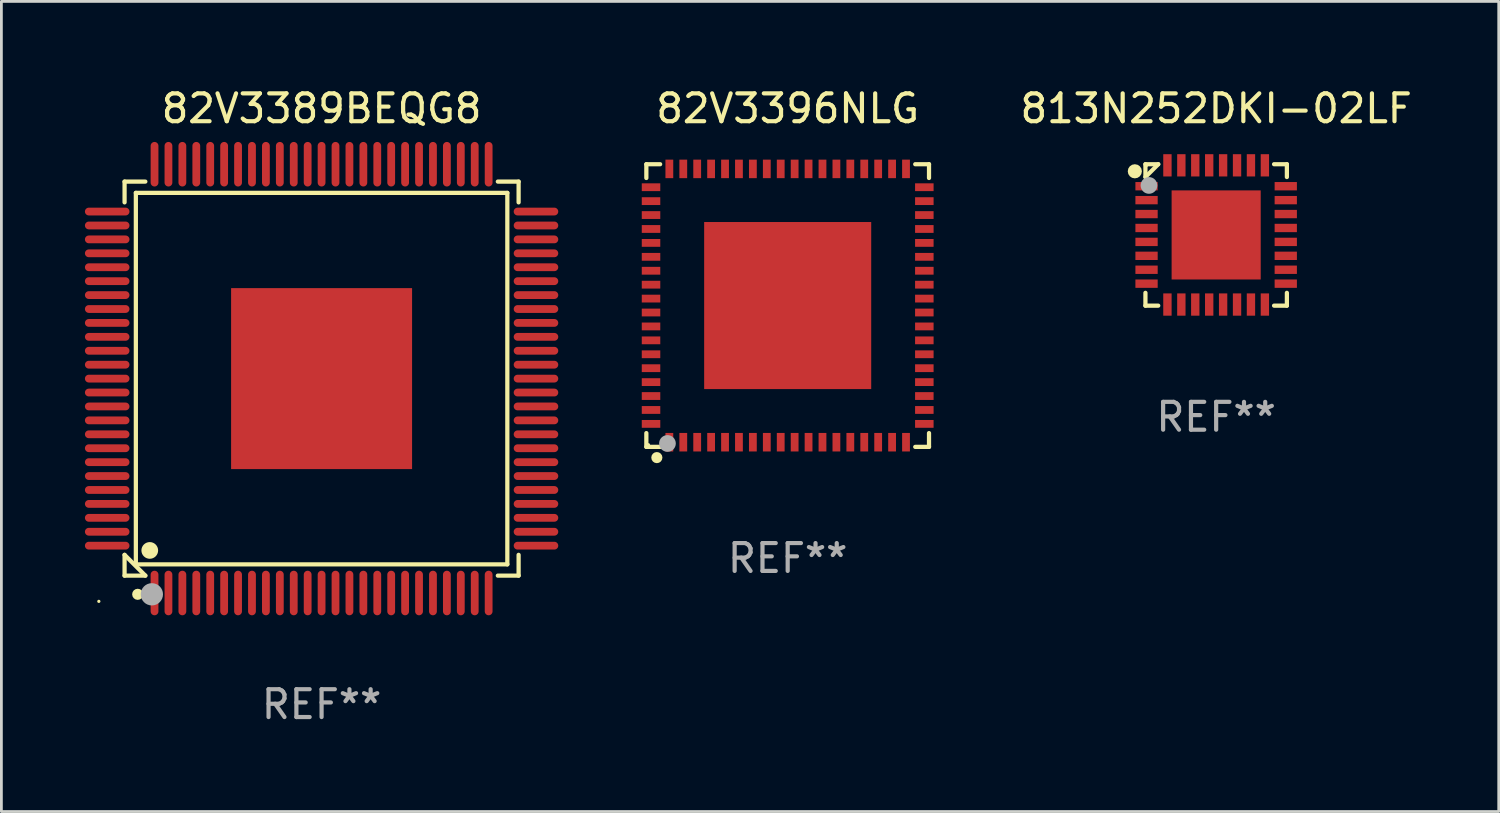
<source format=kicad_pcb>
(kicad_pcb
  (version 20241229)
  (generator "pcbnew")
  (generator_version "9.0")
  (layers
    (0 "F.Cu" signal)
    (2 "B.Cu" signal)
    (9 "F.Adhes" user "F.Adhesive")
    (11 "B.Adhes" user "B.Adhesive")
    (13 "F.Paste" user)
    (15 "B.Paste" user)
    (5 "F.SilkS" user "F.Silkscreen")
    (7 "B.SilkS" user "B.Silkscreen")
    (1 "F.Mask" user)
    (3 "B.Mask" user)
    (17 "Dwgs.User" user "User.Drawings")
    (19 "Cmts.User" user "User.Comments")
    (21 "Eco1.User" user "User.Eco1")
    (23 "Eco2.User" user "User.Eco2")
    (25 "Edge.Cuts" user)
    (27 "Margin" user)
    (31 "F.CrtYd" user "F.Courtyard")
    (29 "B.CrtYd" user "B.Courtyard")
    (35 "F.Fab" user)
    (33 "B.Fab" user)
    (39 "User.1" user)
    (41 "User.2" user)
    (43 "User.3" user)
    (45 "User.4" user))
  (footprint "82V3389BEQG8"
    (layer "F.Cu")
    (at 8.5 10.548)
    (property "Reference" "82V3389BEQG8" (at 0 -9.7 0) (layer "F.SilkS") (effects (font (size 1 1) (thickness 0.15))))
    (attr through_hole)
    (fp_line (start -7.076 -7.076) (end -6.33 -7.076) (stroke (width 0.152) (type solid)) (layer "F.SilkS"))
    (fp_line (start -7.076 -6.33) (end -7.076 -7.076) (stroke (width 0.152) (type solid)) (layer "F.SilkS"))
    (fp_line (start -7.076 6.33) (end -7.076 7.076) (stroke (width 0.152) (type solid)) (layer "F.SilkS"))
    (fp_line (start -7.076 7.076) (end -6.33 7.076) (stroke (width 0.152) (type solid)) (layer "F.SilkS"))
    (fp_line (start -6.671 -6.671) (end 6.671 -6.671) (stroke (width 0.152) (type solid)) (layer "F.SilkS"))
    (fp_line (start -6.671 6.671) (end -6.671 -6.671) (stroke (width 0.152) (type solid)) (layer "F.SilkS"))
    (fp_line (start -6.33 7.076) (end -7.076 6.33) (stroke (width 0.152) (type solid)) (layer "F.SilkS"))
    (fp_line (start 6.671 -6.671) (end 6.671 6.671) (stroke (width 0.152) (type solid)) (layer "F.SilkS"))
    (fp_line (start 6.671 6.671) (end -6.671 6.671) (stroke (width 0.152) (type solid)) (layer "F.SilkS"))
    (fp_line (start 7.076 -7.076) (end 6.33 -7.076) (stroke (width 0.152) (type solid)) (layer "F.SilkS"))
    (fp_line (start 7.076 -6.33) (end 7.076 -7.076) (stroke (width 0.152) (type solid)) (layer "F.SilkS"))
    (fp_line (start 7.076 6.33) (end 7.076 7.076) (stroke (width 0.152) (type solid)) (layer "F.SilkS"))
    (fp_line (start 7.076 7.076) (end 6.33 7.076) (stroke (width 0.152) (type solid)) (layer "F.SilkS"))
    (fp_circle (center -8 8) (end -7.97 8) (stroke (width 0.06) (type solid)) (fill no) (layer "F.SilkS"))
    (fp_circle (center -6.604 7.747) (end -6.504 7.747) (stroke (width 0.2) (type solid)) (fill no) (layer "F.SilkS"))
    (fp_circle (center -6.171 6.171) (end -6.021 6.171) (stroke (width 0.3) (type solid)) (fill no) (layer "F.SilkS"))
    (fp_circle (center -6.096 7.747) (end -5.896 7.747) (stroke (width 0.4) (type solid)) (fill no) (layer "F.Fab"))
    (fp_text user "REF**" (at 0 11.7 0) (layer "F.Fab") (effects (font (size 1 1) (thickness 0.15))))
    (pad "1" smd oval (at -6 7.7) (size 0.28 1.6) (layers "F.Cu" "F.Mask" "F.Paste"))
    (pad "2" smd oval (at -5.5 7.7) (size 0.28 1.6) (layers "F.Cu" "F.Mask" "F.Paste"))
    (pad "3" smd oval (at -5 7.7) (size 0.28 1.6) (layers "F.Cu" "F.Mask" "F.Paste"))
    (pad "4" smd oval (at -4.5 7.7) (size 0.28 1.6) (layers "F.Cu" "F.Mask" "F.Paste"))
    (pad "5" smd oval (at -4 7.7) (size 0.28 1.6) (layers "F.Cu" "F.Mask" "F.Paste"))
    (pad "6" smd oval (at -3.5 7.7) (size 0.28 1.6) (layers "F.Cu" "F.Mask" "F.Paste"))
    (pad "7" smd oval (at -3 7.7) (size 0.28 1.6) (layers "F.Cu" "F.Mask" "F.Paste"))
    (pad "8" smd oval (at -2.5 7.7) (size 0.28 1.6) (layers "F.Cu" "F.Mask" "F.Paste"))
    (pad "9" smd oval (at -2 7.7) (size 0.28 1.6) (layers "F.Cu" "F.Mask" "F.Paste"))
    (pad "10" smd oval (at -1.5 7.7) (size 0.28 1.6) (layers "F.Cu" "F.Mask" "F.Paste"))
    (pad "11" smd oval (at -1 7.7) (size 0.28 1.6) (layers "F.Cu" "F.Mask" "F.Paste"))
    (pad "12" smd oval (at -0.5 7.7) (size 0.28 1.6) (layers "F.Cu" "F.Mask" "F.Paste"))
    (pad "13" smd oval (at 0 7.7) (size 0.28 1.6) (layers "F.Cu" "F.Mask" "F.Paste"))
    (pad "14" smd oval (at 0.5 7.7) (size 0.28 1.6) (layers "F.Cu" "F.Mask" "F.Paste"))
    (pad "15" smd oval (at 1 7.7) (size 0.28 1.6) (layers "F.Cu" "F.Mask" "F.Paste"))
    (pad "16" smd oval (at 1.5 7.7) (size 0.28 1.6) (layers "F.Cu" "F.Mask" "F.Paste"))
    (pad "17" smd oval (at 2 7.7) (size 0.28 1.6) (layers "F.Cu" "F.Mask" "F.Paste"))
    (pad "18" smd oval (at 2.5 7.7) (size 0.28 1.6) (layers "F.Cu" "F.Mask" "F.Paste"))
    (pad "19" smd oval (at 3 7.7) (size 0.28 1.6) (layers "F.Cu" "F.Mask" "F.Paste"))
    (pad "20" smd oval (at 3.5 7.7) (size 0.28 1.6) (layers "F.Cu" "F.Mask" "F.Paste"))
    (pad "21" smd oval (at 4 7.7) (size 0.28 1.6) (layers "F.Cu" "F.Mask" "F.Paste"))
    (pad "22" smd oval (at 4.5 7.7) (size 0.28 1.6) (layers "F.Cu" "F.Mask" "F.Paste"))
    (pad "23" smd oval (at 5 7.7) (size 0.28 1.6) (layers "F.Cu" "F.Mask" "F.Paste"))
    (pad "24" smd oval (at 5.5 7.7) (size 0.28 1.6) (layers "F.Cu" "F.Mask" "F.Paste"))
    (pad "25" smd oval (at 6 7.7) (size 0.28 1.6) (layers "F.Cu" "F.Mask" "F.Paste"))
    (pad "26" smd oval (at 7.7 6) (size 1.6 0.28) (layers "F.Cu" "F.Mask" "F.Paste"))
    (pad "27" smd oval (at 7.7 5.5) (size 1.6 0.28) (layers "F.Cu" "F.Mask" "F.Paste"))
    (pad "28" smd oval (at 7.7 5) (size 1.6 0.28) (layers "F.Cu" "F.Mask" "F.Paste"))
    (pad "29" smd oval (at 7.7 4.5) (size 1.6 0.28) (layers "F.Cu" "F.Mask" "F.Paste"))
    (pad "30" smd oval (at 7.7 4) (size 1.6 0.28) (layers "F.Cu" "F.Mask" "F.Paste"))
    (pad "31" smd oval (at 7.7 3.5) (size 1.6 0.28) (layers "F.Cu" "F.Mask" "F.Paste"))
    (pad "32" smd oval (at 7.7 3) (size 1.6 0.28) (layers "F.Cu" "F.Mask" "F.Paste"))
    (pad "33" smd oval (at 7.7 2.5) (size 1.6 0.28) (layers "F.Cu" "F.Mask" "F.Paste"))
    (pad "34" smd oval (at 7.7 2) (size 1.6 0.28) (layers "F.Cu" "F.Mask" "F.Paste"))
    (pad "35" smd oval (at 7.7 1.5) (size 1.6 0.28) (layers "F.Cu" "F.Mask" "F.Paste"))
    (pad "36" smd oval (at 7.7 1) (size 1.6 0.28) (layers "F.Cu" "F.Mask" "F.Paste"))
    (pad "37" smd oval (at 7.7 0.5) (size 1.6 0.28) (layers "F.Cu" "F.Mask" "F.Paste"))
    (pad "38" smd oval (at 7.7 0) (size 1.6 0.28) (layers "F.Cu" "F.Mask" "F.Paste"))
    (pad "39" smd oval (at 7.7 -0.5) (size 1.6 0.28) (layers "F.Cu" "F.Mask" "F.Paste"))
    (pad "40" smd oval (at 7.7 -1) (size 1.6 0.28) (layers "F.Cu" "F.Mask" "F.Paste"))
    (pad "41" smd oval (at 7.7 -1.5) (size 1.6 0.28) (layers "F.Cu" "F.Mask" "F.Paste"))
    (pad "42" smd oval (at 7.7 -2) (size 1.6 0.28) (layers "F.Cu" "F.Mask" "F.Paste"))
    (pad "43" smd oval (at 7.7 -2.5) (size 1.6 0.28) (layers "F.Cu" "F.Mask" "F.Paste"))
    (pad "44" smd oval (at 7.7 -3) (size 1.6 0.28) (layers "F.Cu" "F.Mask" "F.Paste"))
    (pad "45" smd oval (at 7.7 -3.5) (size 1.6 0.28) (layers "F.Cu" "F.Mask" "F.Paste"))
    (pad "46" smd oval (at 7.7 -4) (size 1.6 0.28) (layers "F.Cu" "F.Mask" "F.Paste"))
    (pad "47" smd oval (at 7.7 -4.5) (size 1.6 0.28) (layers "F.Cu" "F.Mask" "F.Paste"))
    (pad "48" smd oval (at 7.7 -5) (size 1.6 0.28) (layers "F.Cu" "F.Mask" "F.Paste"))
    (pad "49" smd oval (at 7.7 -5.5) (size 1.6 0.28) (layers "F.Cu" "F.Mask" "F.Paste"))
    (pad "50" smd oval (at 7.7 -6) (size 1.6 0.28) (layers "F.Cu" "F.Mask" "F.Paste"))
    (pad "51" smd oval (at 6 -7.7) (size 0.28 1.6) (layers "F.Cu" "F.Mask" "F.Paste"))
    (pad "52" smd oval (at 5.5 -7.7) (size 0.28 1.6) (layers "F.Cu" "F.Mask" "F.Paste"))
    (pad "53" smd oval (at 5 -7.7) (size 0.28 1.6) (layers "F.Cu" "F.Mask" "F.Paste"))
    (pad "54" smd oval (at 4.5 -7.7) (size 0.28 1.6) (layers "F.Cu" "F.Mask" "F.Paste"))
    (pad "55" smd oval (at 4 -7.7) (size 0.28 1.6) (layers "F.Cu" "F.Mask" "F.Paste"))
    (pad "56" smd oval (at 3.5 -7.7) (size 0.28 1.6) (layers "F.Cu" "F.Mask" "F.Paste"))
    (pad "57" smd oval (at 3 -7.7) (size 0.28 1.6) (layers "F.Cu" "F.Mask" "F.Paste"))
    (pad "58" smd oval (at 2.5 -7.7) (size 0.28 1.6) (layers "F.Cu" "F.Mask" "F.Paste"))
    (pad "59" smd oval (at 2 -7.7) (size 0.28 1.6) (layers "F.Cu" "F.Mask" "F.Paste"))
    (pad "60" smd oval (at 1.5 -7.7) (size 0.28 1.6) (layers "F.Cu" "F.Mask" "F.Paste"))
    (pad "61" smd oval (at 1 -7.7) (size 0.28 1.6) (layers "F.Cu" "F.Mask" "F.Paste"))
    (pad "62" smd oval (at 0.5 -7.7) (size 0.28 1.6) (layers "F.Cu" "F.Mask" "F.Paste"))
    (pad "63" smd oval (at 0 -7.7) (size 0.28 1.6) (layers "F.Cu" "F.Mask" "F.Paste"))
    (pad "64" smd oval (at -0.5 -7.7) (size 0.28 1.6) (layers "F.Cu" "F.Mask" "F.Paste"))
    (pad "65" smd oval (at -1 -7.7) (size 0.28 1.6) (layers "F.Cu" "F.Mask" "F.Paste"))
    (pad "66" smd oval (at -1.5 -7.7) (size 0.28 1.6) (layers "F.Cu" "F.Mask" "F.Paste"))
    (pad "67" smd oval (at -2 -7.7) (size 0.28 1.6) (layers "F.Cu" "F.Mask" "F.Paste"))
    (pad "68" smd oval (at -2.5 -7.7) (size 0.28 1.6) (layers "F.Cu" "F.Mask" "F.Paste"))
    (pad "69" smd oval (at -3 -7.7) (size 0.28 1.6) (layers "F.Cu" "F.Mask" "F.Paste"))
    (pad "70" smd oval (at -3.5 -7.7) (size 0.28 1.6) (layers "F.Cu" "F.Mask" "F.Paste"))
    (pad "71" smd oval (at -4 -7.7) (size 0.28 1.6) (layers "F.Cu" "F.Mask" "F.Paste"))
    (pad "72" smd oval (at -4.5 -7.7) (size 0.28 1.6) (layers "F.Cu" "F.Mask" "F.Paste"))
    (pad "73" smd oval (at -5 -7.7) (size 0.28 1.6) (layers "F.Cu" "F.Mask" "F.Paste"))
    (pad "74" smd oval (at -5.5 -7.7) (size 0.28 1.6) (layers "F.Cu" "F.Mask" "F.Paste"))
    (pad "75" smd oval (at -6 -7.7) (size 0.28 1.6) (layers "F.Cu" "F.Mask" "F.Paste"))
    (pad "76" smd oval (at -7.7 -6) (size 1.6 0.28) (layers "F.Cu" "F.Mask" "F.Paste"))
    (pad "77" smd oval (at -7.7 -5.5) (size 1.6 0.28) (layers "F.Cu" "F.Mask" "F.Paste"))
    (pad "78" smd oval (at -7.7 -5) (size 1.6 0.28) (layers "F.Cu" "F.Mask" "F.Paste"))
    (pad "79" smd oval (at -7.7 -4.5) (size 1.6 0.28) (layers "F.Cu" "F.Mask" "F.Paste"))
    (pad "80" smd oval (at -7.7 -4) (size 1.6 0.28) (layers "F.Cu" "F.Mask" "F.Paste"))
    (pad "81" smd oval (at -7.7 -3.5) (size 1.6 0.28) (layers "F.Cu" "F.Mask" "F.Paste"))
    (pad "82" smd oval (at -7.7 -3) (size 1.6 0.28) (layers "F.Cu" "F.Mask" "F.Paste"))
    (pad "83" smd oval (at -7.7 -2.5) (size 1.6 0.28) (layers "F.Cu" "F.Mask" "F.Paste"))
    (pad "84" smd oval (at -7.7 -2) (size 1.6 0.28) (layers "F.Cu" "F.Mask" "F.Paste"))
    (pad "85" smd oval (at -7.7 -1.5) (size 1.6 0.28) (layers "F.Cu" "F.Mask" "F.Paste"))
    (pad "86" smd oval (at -7.7 -1) (size 1.6 0.28) (layers "F.Cu" "F.Mask" "F.Paste"))
    (pad "87" smd oval (at -7.7 -0.5) (size 1.6 0.28) (layers "F.Cu" "F.Mask" "F.Paste"))
    (pad "88" smd oval (at -7.7 0) (size 1.6 0.28) (layers "F.Cu" "F.Mask" "F.Paste"))
    (pad "89" smd oval (at -7.7 0.5) (size 1.6 0.28) (layers "F.Cu" "F.Mask" "F.Paste"))
    (pad "90" smd oval (at -7.7 1) (size 1.6 0.28) (layers "F.Cu" "F.Mask" "F.Paste"))
    (pad "91" smd oval (at -7.7 1.5) (size 1.6 0.28) (layers "F.Cu" "F.Mask" "F.Paste"))
    (pad "92" smd oval (at -7.7 2) (size 1.6 0.28) (layers "F.Cu" "F.Mask" "F.Paste"))
    (pad "93" smd oval (at -7.7 2.5) (size 1.6 0.28) (layers "F.Cu" "F.Mask" "F.Paste"))
    (pad "94" smd oval (at -7.7 3) (size 1.6 0.28) (layers "F.Cu" "F.Mask" "F.Paste"))
    (pad "95" smd oval (at -7.7 3.5) (size 1.6 0.28) (layers "F.Cu" "F.Mask" "F.Paste"))
    (pad "96" smd oval (at -7.7 4) (size 1.6 0.28) (layers "F.Cu" "F.Mask" "F.Paste"))
    (pad "97" smd oval (at -7.7 4.5) (size 1.6 0.28) (layers "F.Cu" "F.Mask" "F.Paste"))
    (pad "98" smd oval (at -7.7 5) (size 1.6 0.28) (layers "F.Cu" "F.Mask" "F.Paste"))
    (pad "99" smd oval (at -7.7 5.5) (size 1.6 0.28) (layers "F.Cu" "F.Mask" "F.Paste"))
    (pad "100" smd oval (at -7.7 6) (size 1.6 0.28) (layers "F.Cu" "F.Mask" "F.Paste"))
    (pad "101" smd rect (at 0 0) (size 6.5 6.5) (layers "F.Cu" "F.Mask" "F.Paste")))
  (footprint "82V3396NLG"
    (layer "F.Cu")
    (at 25.24 7.924)
    (property "Reference" "82V3396NLG" (at 0 -7.076 0) (layer "F.SilkS") (effects (font (size 1 1) (thickness 0.15))))
    (attr through_hole)
    (fp_line (start -5.076 -5.076) (end -4.581 -5.076) (stroke (width 0.152) (type solid)) (layer "F.SilkS"))
    (fp_line (start -5.076 -4.581) (end -5.076 -5.076) (stroke (width 0.152) (type solid)) (layer "F.SilkS"))
    (fp_line (start -5.076 4.581) (end -5.076 5.076) (stroke (width 0.152) (type solid)) (layer "F.SilkS"))
    (fp_line (start -5.076 5.076) (end -4.581 5.076) (stroke (width 0.152) (type solid)) (layer "F.SilkS"))
    (fp_line (start 5.076 -5.076) (end 4.581 -5.076) (stroke (width 0.152) (type solid)) (layer "F.SilkS"))
    (fp_line (start 5.076 -4.581) (end 5.076 -5.076) (stroke (width 0.152) (type solid)) (layer "F.SilkS"))
    (fp_line (start 5.076 4.581) (end 5.076 5.076) (stroke (width 0.152) (type solid)) (layer "F.SilkS"))
    (fp_line (start 5.076 5.076) (end 4.581 5.076) (stroke (width 0.152) (type solid)) (layer "F.SilkS"))
    (fp_circle (center -5 5) (end -4.97 5) (stroke (width 0.06) (type solid)) (fill no) (layer "F.SilkS"))
    (fp_circle (center -4.699 5.461) (end -4.599 5.461) (stroke (width 0.2) (type solid)) (fill no) (layer "F.SilkS"))
    (fp_circle (center -4.318 4.953) (end -4.168 4.953) (stroke (width 0.3) (type solid)) (fill no) (layer "F.Fab"))
    (fp_text user "REF**" (at 0 9.076 0) (layer "F.Fab") (effects (font (size 1 1) (thickness 0.15))))
    (pad "1" smd rect (at -4.25 4.908) (size 0.28 0.665) (layers "F.Cu" "F.Mask" "F.Paste"))
    (pad "2" smd rect (at -3.75 4.908) (size 0.28 0.665) (layers "F.Cu" "F.Mask" "F.Paste"))
    (pad "3" smd rect (at -3.25 4.908) (size 0.28 0.665) (layers "F.Cu" "F.Mask" "F.Paste"))
    (pad "4" smd rect (at -2.75 4.908) (size 0.28 0.665) (layers "F.Cu" "F.Mask" "F.Paste"))
    (pad "5" smd rect (at -2.25 4.908) (size 0.28 0.665) (layers "F.Cu" "F.Mask" "F.Paste"))
    (pad "6" smd rect (at -1.75 4.908) (size 0.28 0.665) (layers "F.Cu" "F.Mask" "F.Paste"))
    (pad "7" smd rect (at -1.25 4.908) (size 0.28 0.665) (layers "F.Cu" "F.Mask" "F.Paste"))
    (pad "8" smd rect (at -0.75 4.908) (size 0.28 0.665) (layers "F.Cu" "F.Mask" "F.Paste"))
    (pad "9" smd rect (at -0.25 4.908) (size 0.28 0.665) (layers "F.Cu" "F.Mask" "F.Paste"))
    (pad "10" smd rect (at 0.25 4.908) (size 0.28 0.665) (layers "F.Cu" "F.Mask" "F.Paste"))
    (pad "11" smd rect (at 0.75 4.908) (size 0.28 0.665) (layers "F.Cu" "F.Mask" "F.Paste"))
    (pad "12" smd rect (at 1.25 4.908) (size 0.28 0.665) (layers "F.Cu" "F.Mask" "F.Paste"))
    (pad "13" smd rect (at 1.75 4.908) (size 0.28 0.665) (layers "F.Cu" "F.Mask" "F.Paste"))
    (pad "14" smd rect (at 2.25 4.908) (size 0.28 0.665) (layers "F.Cu" "F.Mask" "F.Paste"))
    (pad "15" smd rect (at 2.75 4.908) (size 0.28 0.665) (layers "F.Cu" "F.Mask" "F.Paste"))
    (pad "16" smd rect (at 3.25 4.908) (size 0.28 0.665) (layers "F.Cu" "F.Mask" "F.Paste"))
    (pad "17" smd rect (at 3.75 4.908) (size 0.28 0.665) (layers "F.Cu" "F.Mask" "F.Paste"))
    (pad "18" smd rect (at 4.25 4.908) (size 0.28 0.665) (layers "F.Cu" "F.Mask" "F.Paste"))
    (pad "19" smd rect (at 4.908 4.25) (size 0.665 0.28) (layers "F.Cu" "F.Mask" "F.Paste"))
    (pad "20" smd rect (at 4.908 3.75) (size 0.665 0.28) (layers "F.Cu" "F.Mask" "F.Paste"))
    (pad "21" smd rect (at 4.908 3.25) (size 0.665 0.28) (layers "F.Cu" "F.Mask" "F.Paste"))
    (pad "22" smd rect (at 4.908 2.75) (size 0.665 0.28) (layers "F.Cu" "F.Mask" "F.Paste"))
    (pad "23" smd rect (at 4.908 2.25) (size 0.665 0.28) (layers "F.Cu" "F.Mask" "F.Paste"))
    (pad "24" smd rect (at 4.908 1.75) (size 0.665 0.28) (layers "F.Cu" "F.Mask" "F.Paste"))
    (pad "25" smd rect (at 4.908 1.25) (size 0.665 0.28) (layers "F.Cu" "F.Mask" "F.Paste"))
    (pad "26" smd rect (at 4.908 0.75) (size 0.665 0.28) (layers "F.Cu" "F.Mask" "F.Paste"))
    (pad "27" smd rect (at 4.908 0.25) (size 0.665 0.28) (layers "F.Cu" "F.Mask" "F.Paste"))
    (pad "28" smd rect (at 4.908 -0.25) (size 0.665 0.28) (layers "F.Cu" "F.Mask" "F.Paste"))
    (pad "29" smd rect (at 4.908 -0.75) (size 0.665 0.28) (layers "F.Cu" "F.Mask" "F.Paste"))
    (pad "30" smd rect (at 4.908 -1.25) (size 0.665 0.28) (layers "F.Cu" "F.Mask" "F.Paste"))
    (pad "31" smd rect (at 4.908 -1.75) (size 0.665 0.28) (layers "F.Cu" "F.Mask" "F.Paste"))
    (pad "32" smd rect (at 4.908 -2.25) (size 0.665 0.28) (layers "F.Cu" "F.Mask" "F.Paste"))
    (pad "33" smd rect (at 4.908 -2.75) (size 0.665 0.28) (layers "F.Cu" "F.Mask" "F.Paste"))
    (pad "34" smd rect (at 4.908 -3.25) (size 0.665 0.28) (layers "F.Cu" "F.Mask" "F.Paste"))
    (pad "35" smd rect (at 4.908 -3.75) (size 0.665 0.28) (layers "F.Cu" "F.Mask" "F.Paste"))
    (pad "36" smd rect (at 4.908 -4.25) (size 0.665 0.28) (layers "F.Cu" "F.Mask" "F.Paste"))
    (pad "37" smd rect (at 4.25 -4.908) (size 0.28 0.665) (layers "F.Cu" "F.Mask" "F.Paste"))
    (pad "38" smd rect (at 3.75 -4.908) (size 0.28 0.665) (layers "F.Cu" "F.Mask" "F.Paste"))
    (pad "39" smd rect (at 3.25 -4.908) (size 0.28 0.665) (layers "F.Cu" "F.Mask" "F.Paste"))
    (pad "40" smd rect (at 2.75 -4.908) (size 0.28 0.665) (layers "F.Cu" "F.Mask" "F.Paste"))
    (pad "41" smd rect (at 2.25 -4.908) (size 0.28 0.665) (layers "F.Cu" "F.Mask" "F.Paste"))
    (pad "42" smd rect (at 1.75 -4.908) (size 0.28 0.665) (layers "F.Cu" "F.Mask" "F.Paste"))
    (pad "43" smd rect (at 1.25 -4.908) (size 0.28 0.665) (layers "F.Cu" "F.Mask" "F.Paste"))
    (pad "44" smd rect (at 0.75 -4.908) (size 0.28 0.665) (layers "F.Cu" "F.Mask" "F.Paste"))
    (pad "45" smd rect (at 0.25 -4.908) (size 0.28 0.665) (layers "F.Cu" "F.Mask" "F.Paste"))
    (pad "46" smd rect (at -0.25 -4.908) (size 0.28 0.665) (layers "F.Cu" "F.Mask" "F.Paste"))
    (pad "47" smd rect (at -0.75 -4.908) (size 0.28 0.665) (layers "F.Cu" "F.Mask" "F.Paste"))
    (pad "48" smd rect (at -1.25 -4.908) (size 0.28 0.665) (layers "F.Cu" "F.Mask" "F.Paste"))
    (pad "49" smd rect (at -1.75 -4.908) (size 0.28 0.665) (layers "F.Cu" "F.Mask" "F.Paste"))
    (pad "50" smd rect (at -2.25 -4.908) (size 0.28 0.665) (layers "F.Cu" "F.Mask" "F.Paste"))
    (pad "51" smd rect (at -2.75 -4.908) (size 0.28 0.665) (layers "F.Cu" "F.Mask" "F.Paste"))
    (pad "52" smd rect (at -3.25 -4.908) (size 0.28 0.665) (layers "F.Cu" "F.Mask" "F.Paste"))
    (pad "53" smd rect (at -3.75 -4.908) (size 0.28 0.665) (layers "F.Cu" "F.Mask" "F.Paste"))
    (pad "54" smd rect (at -4.25 -4.908) (size 0.28 0.665) (layers "F.Cu" "F.Mask" "F.Paste"))
    (pad "55" smd rect (at -4.908 -4.25) (size 0.665 0.28) (layers "F.Cu" "F.Mask" "F.Paste"))
    (pad "56" smd rect (at -4.908 -3.75) (size 0.665 0.28) (layers "F.Cu" "F.Mask" "F.Paste"))
    (pad "57" smd rect (at -4.908 -3.25) (size 0.665 0.28) (layers "F.Cu" "F.Mask" "F.Paste"))
    (pad "58" smd rect (at -4.908 -2.75) (size 0.665 0.28) (layers "F.Cu" "F.Mask" "F.Paste"))
    (pad "59" smd rect (at -4.908 -2.25) (size 0.665 0.28) (layers "F.Cu" "F.Mask" "F.Paste"))
    (pad "60" smd rect (at -4.908 -1.75) (size 0.665 0.28) (layers "F.Cu" "F.Mask" "F.Paste"))
    (pad "61" smd rect (at -4.908 -1.25) (size 0.665 0.28) (layers "F.Cu" "F.Mask" "F.Paste"))
    (pad "62" smd rect (at -4.908 -0.75) (size 0.665 0.28) (layers "F.Cu" "F.Mask" "F.Paste"))
    (pad "63" smd rect (at -4.908 -0.25) (size 0.665 0.28) (layers "F.Cu" "F.Mask" "F.Paste"))
    (pad "64" smd rect (at -4.908 0.25) (size 0.665 0.28) (layers "F.Cu" "F.Mask" "F.Paste"))
    (pad "65" smd rect (at -4.908 0.75) (size 0.665 0.28) (layers "F.Cu" "F.Mask" "F.Paste"))
    (pad "66" smd rect (at -4.908 1.25) (size 0.665 0.28) (layers "F.Cu" "F.Mask" "F.Paste"))
    (pad "67" smd rect (at -4.908 1.75) (size 0.665 0.28) (layers "F.Cu" "F.Mask" "F.Paste"))
    (pad "68" smd rect (at -4.908 2.25) (size 0.665 0.28) (layers "F.Cu" "F.Mask" "F.Paste"))
    (pad "69" smd rect (at -4.908 2.75) (size 0.665 0.28) (layers "F.Cu" "F.Mask" "F.Paste"))
    (pad "70" smd rect (at -4.908 3.25) (size 0.665 0.28) (layers "F.Cu" "F.Mask" "F.Paste"))
    (pad "71" smd rect (at -4.908 3.75) (size 0.665 0.28) (layers "F.Cu" "F.Mask" "F.Paste"))
    (pad "72" smd rect (at -4.908 4.25) (size 0.665 0.28) (layers "F.Cu" "F.Mask" "F.Paste"))
    (pad "73" smd rect (at 0 0) (size 6 6) (layers "F.Cu" "F.Mask" "F.Paste")))
  (footprint "813N252DKI-02LF"
    (layer "F.Cu")
    (at 40.629 5.388)
    (property "Reference" "813N252DKI-02LF" (at 0 -4.54 0) (layer "F.SilkS") (effects (font (size 1 1) (thickness 0.15))))
    (attr through_hole)
    (fp_line (start -2.54 -2.54) (end -2.08 -2.54) (stroke (width 0.152) (type solid)) (layer "F.SilkS"))
    (fp_line (start -2.54 -2.08) (end -2.54 -2.54) (stroke (width 0.152) (type solid)) (layer "F.SilkS"))
    (fp_line (start -2.54 -2.08) (end -2.08 -2.54) (stroke (width 0.152) (type solid)) (layer "F.SilkS"))
    (fp_line (start -2.54 2.54) (end -2.54 2.08) (stroke (width 0.152) (type solid)) (layer "F.SilkS"))
    (fp_line (start -2.08 2.54) (end -2.54 2.54) (stroke (width 0.152) (type solid)) (layer "F.SilkS"))
    (fp_line (start 2.08 -2.54) (end 2.54 -2.54) (stroke (width 0.152) (type solid)) (layer "F.SilkS"))
    (fp_line (start 2.54 -2.54) (end 2.54 -2.08) (stroke (width 0.152) (type solid)) (layer "F.SilkS"))
    (fp_line (start 2.54 2.08) (end 2.54 2.54) (stroke (width 0.152) (type solid)) (layer "F.SilkS"))
    (fp_line (start 2.54 2.54) (end 2.08 2.54) (stroke (width 0.152) (type solid)) (layer "F.SilkS"))
    (fp_circle (center -2.921 -2.286) (end -2.794 -2.286) (stroke (width 0.254) (type solid)) (fill no) (layer "F.SilkS"))
    (fp_circle (center -2.5 -2.5) (end -2.47 -2.5) (stroke (width 0.06) (type solid)) (fill no) (layer "F.SilkS"))
    (fp_circle (center -2.413 -1.778) (end -2.263 -1.778) (stroke (width 0.3) (type solid)) (fill no) (layer "F.Fab"))
    (fp_text user "REF**" (at 0 6.54 0) (layer "F.Fab") (effects (font (size 1 1) (thickness 0.15))))
    (pad "1" smd rect (at -2.5 -1.75 90) (size 0.3 0.8) (layers "F.Cu" "F.Mask" "F.Paste"))
    (pad "2" smd rect (at -2.5 -1.25 90) (size 0.3 0.8) (layers "F.Cu" "F.Mask" "F.Paste"))
    (pad "3" smd rect (at -2.5 -0.75 90) (size 0.3 0.8) (layers "F.Cu" "F.Mask" "F.Paste"))
    (pad "4" smd rect (at -2.5 -0.25 90) (size 0.3 0.8) (layers "F.Cu" "F.Mask" "F.Paste"))
    (pad "5" smd rect (at -2.5 0.25 90) (size 0.3 0.8) (layers "F.Cu" "F.Mask" "F.Paste"))
    (pad "6" smd rect (at -2.5 0.75 90) (size 0.3 0.8) (layers "F.Cu" "F.Mask" "F.Paste"))
    (pad "7" smd rect (at -2.5 1.25 90) (size 0.3 0.8) (layers "F.Cu" "F.Mask" "F.Paste"))
    (pad "8" smd rect (at -2.5 1.75 90) (size 0.3 0.8) (layers "F.Cu" "F.Mask" "F.Paste"))
    (pad "9" smd rect (at -1.75 2.5 180) (size 0.3 0.8) (layers "F.Cu" "F.Mask" "F.Paste"))
    (pad "10" smd rect (at -1.25 2.5 180) (size 0.3 0.8) (layers "F.Cu" "F.Mask" "F.Paste"))
    (pad "11" smd rect (at -0.75 2.5 180) (size 0.3 0.8) (layers "F.Cu" "F.Mask" "F.Paste"))
    (pad "12" smd rect (at -0.25 2.5 180) (size 0.3 0.8) (layers "F.Cu" "F.Mask" "F.Paste"))
    (pad "13" smd rect (at 0.25 2.5 180) (size 0.3 0.8) (layers "F.Cu" "F.Mask" "F.Paste"))
    (pad "14" smd rect (at 0.75 2.5 180) (size 0.3 0.8) (layers "F.Cu" "F.Mask" "F.Paste"))
    (pad "15" smd rect (at 1.25 2.5 180) (size 0.3 0.8) (layers "F.Cu" "F.Mask" "F.Paste"))
    (pad "16" smd rect (at 1.75 2.5 180) (size 0.3 0.8) (layers "F.Cu" "F.Mask" "F.Paste"))
    (pad "17" smd rect (at 2.5 1.75 270) (size 0.3 0.8) (layers "F.Cu" "F.Mask" "F.Paste"))
    (pad "18" smd rect (at 2.5 1.25 270) (size 0.3 0.8) (layers "F.Cu" "F.Mask" "F.Paste"))
    (pad "19" smd rect (at 2.5 0.75 270) (size 0.3 0.8) (layers "F.Cu" "F.Mask" "F.Paste"))
    (pad "20" smd rect (at 2.5 0.25 270) (size 0.3 0.8) (layers "F.Cu" "F.Mask" "F.Paste"))
    (pad "21" smd rect (at 2.5 -0.25 270) (size 0.3 0.8) (layers "F.Cu" "F.Mask" "F.Paste"))
    (pad "22" smd rect (at 2.5 -0.75 270) (size 0.3 0.8) (layers "F.Cu" "F.Mask" "F.Paste"))
    (pad "23" smd rect (at 2.5 -1.25 270) (size 0.3 0.8) (layers "F.Cu" "F.Mask" "F.Paste"))
    (pad "24" smd rect (at 2.5 -1.75 270) (size 0.3 0.8) (layers "F.Cu" "F.Mask" "F.Paste"))
    (pad "25" smd rect (at 1.75 -2.5) (size 0.3 0.8) (layers "F.Cu" "F.Mask" "F.Paste"))
    (pad "26" smd rect (at 1.25 -2.5) (size 0.3 0.8) (layers "F.Cu" "F.Mask" "F.Paste"))
    (pad "27" smd rect (at 0.75 -2.5) (size 0.3 0.8) (layers "F.Cu" "F.Mask" "F.Paste"))
    (pad "28" smd rect (at 0.25 -2.5) (size 0.3 0.8) (layers "F.Cu" "F.Mask" "F.Paste"))
    (pad "29" smd rect (at -0.25 -2.5) (size 0.3 0.8) (layers "F.Cu" "F.Mask" "F.Paste"))
    (pad "30" smd rect (at -0.75 -2.5) (size 0.3 0.8) (layers "F.Cu" "F.Mask" "F.Paste"))
    (pad "31" smd rect (at -1.25 -2.5) (size 0.3 0.8) (layers "F.Cu" "F.Mask" "F.Paste"))
    (pad "32" smd rect (at -1.75 -2.5) (size 0.3 0.8) (layers "F.Cu" "F.Mask" "F.Paste"))
    (pad "33" smd rect (at 0 0 90) (size 3.2 3.2) (layers "F.Cu" "F.Mask" "F.Paste")))
  (gr_rect
    (start -3 -3)
    (end 50.778 26.097)
    (stroke (width 0.1) (type default))
    (fill no)
    (layer "Edge.Cuts")))
</source>
